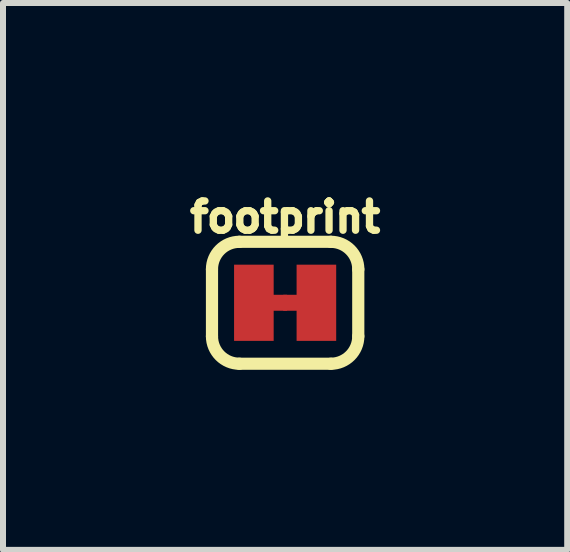
<source format=kicad_pcb>
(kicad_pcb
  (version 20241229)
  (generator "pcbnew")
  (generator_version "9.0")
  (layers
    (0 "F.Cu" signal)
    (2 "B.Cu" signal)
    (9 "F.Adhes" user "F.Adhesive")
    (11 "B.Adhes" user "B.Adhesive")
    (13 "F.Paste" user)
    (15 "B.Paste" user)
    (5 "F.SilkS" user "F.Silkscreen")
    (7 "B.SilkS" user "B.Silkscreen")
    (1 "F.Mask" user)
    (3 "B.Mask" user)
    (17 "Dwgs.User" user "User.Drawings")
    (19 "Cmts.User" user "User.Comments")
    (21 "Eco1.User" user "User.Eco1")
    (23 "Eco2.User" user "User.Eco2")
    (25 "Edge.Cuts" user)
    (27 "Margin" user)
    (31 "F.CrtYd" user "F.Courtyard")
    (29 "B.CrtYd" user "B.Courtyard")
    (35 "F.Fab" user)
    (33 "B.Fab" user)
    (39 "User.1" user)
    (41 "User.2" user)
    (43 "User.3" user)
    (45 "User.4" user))
  (footprint "footprint"
    (layer "F.Cu")
    (at 1.702 1.996)
    (property "Reference" "footprint" (at 0 -1.143 0) (layer "F.SilkS") (effects (font (size 0.488 0.488) (thickness 0.122)) (justify bottom)))
    (fp_poly (pts (xy 0.032 0.133) (xy -0.705 0.133) (xy -0.705 -0.133) (xy 0.032 -0.133)) (stroke (width 0) (type solid)) (fill yes) (layer "F.Cu"))
    (fp_poly (pts (xy 0.705 0.133) (xy -0.032 0.133) (xy -0.032 -0.133) (xy 0.705 -0.133)) (stroke (width 0) (type solid)) (fill yes) (layer "F.Cu"))
    (fp_poly (pts (xy 0.254 0.191) (xy -0.254 0.191) (xy -0.254 -0.191) (xy 0.254 -0.191)) (stroke (width 0) (type solid)) (fill yes) (layer "F.Mask"))
    (fp_line (start -1.219 0.559) (end -1.219 -0.559) (stroke (width 0.203) (type solid)) (layer "F.SilkS"))
    (fp_line (start -0.762 -1.016) (end 0.762 -1.016) (stroke (width 0.203) (type solid)) (layer "F.SilkS"))
    (fp_line (start 0.762 1.016) (end -0.762 1.016) (stroke (width 0.203) (type solid)) (layer "F.SilkS"))
    (fp_line (start 1.219 0.559) (end 1.219 -0.559) (stroke (width 0.203) (type solid)) (layer "F.SilkS"))
    (fp_arc (start -1.2192 -0.5588) (mid -1.085289 -0.882089) (end -0.762 -1.016) (stroke (width 0.2032) (type solid)) (layer "F.SilkS"))
    (fp_arc (start -0.762 1.016) (mid -1.085289 0.882089) (end -1.2192 0.5588) (stroke (width 0.2032) (type solid)) (layer "F.SilkS"))
    (fp_arc (start 0.762 -1.016) (mid 1.085289 -0.882089) (end 1.2192 -0.5588) (stroke (width 0.2032) (type solid)) (layer "F.SilkS"))
    (fp_arc (start 1.2192 0.5588) (mid 1.085289 0.882089) (end 0.762 1.016) (stroke (width 0.2032) (type solid)) (layer "F.SilkS"))
    (pad "1" smd rect (at -0.521 0) (size 0.66 1.27) (layers "F.Cu" "F.Mask"))
    (pad "2" smd rect (at 0.521 0) (size 0.66 1.27) (layers "F.Cu" "F.Mask")))
  (gr_rect
    (start -3 -3)
    (end 6.403 6.114)
    (stroke (width 0.1) (type default))
    (fill no)
    (layer "Edge.Cuts")))
</source>
